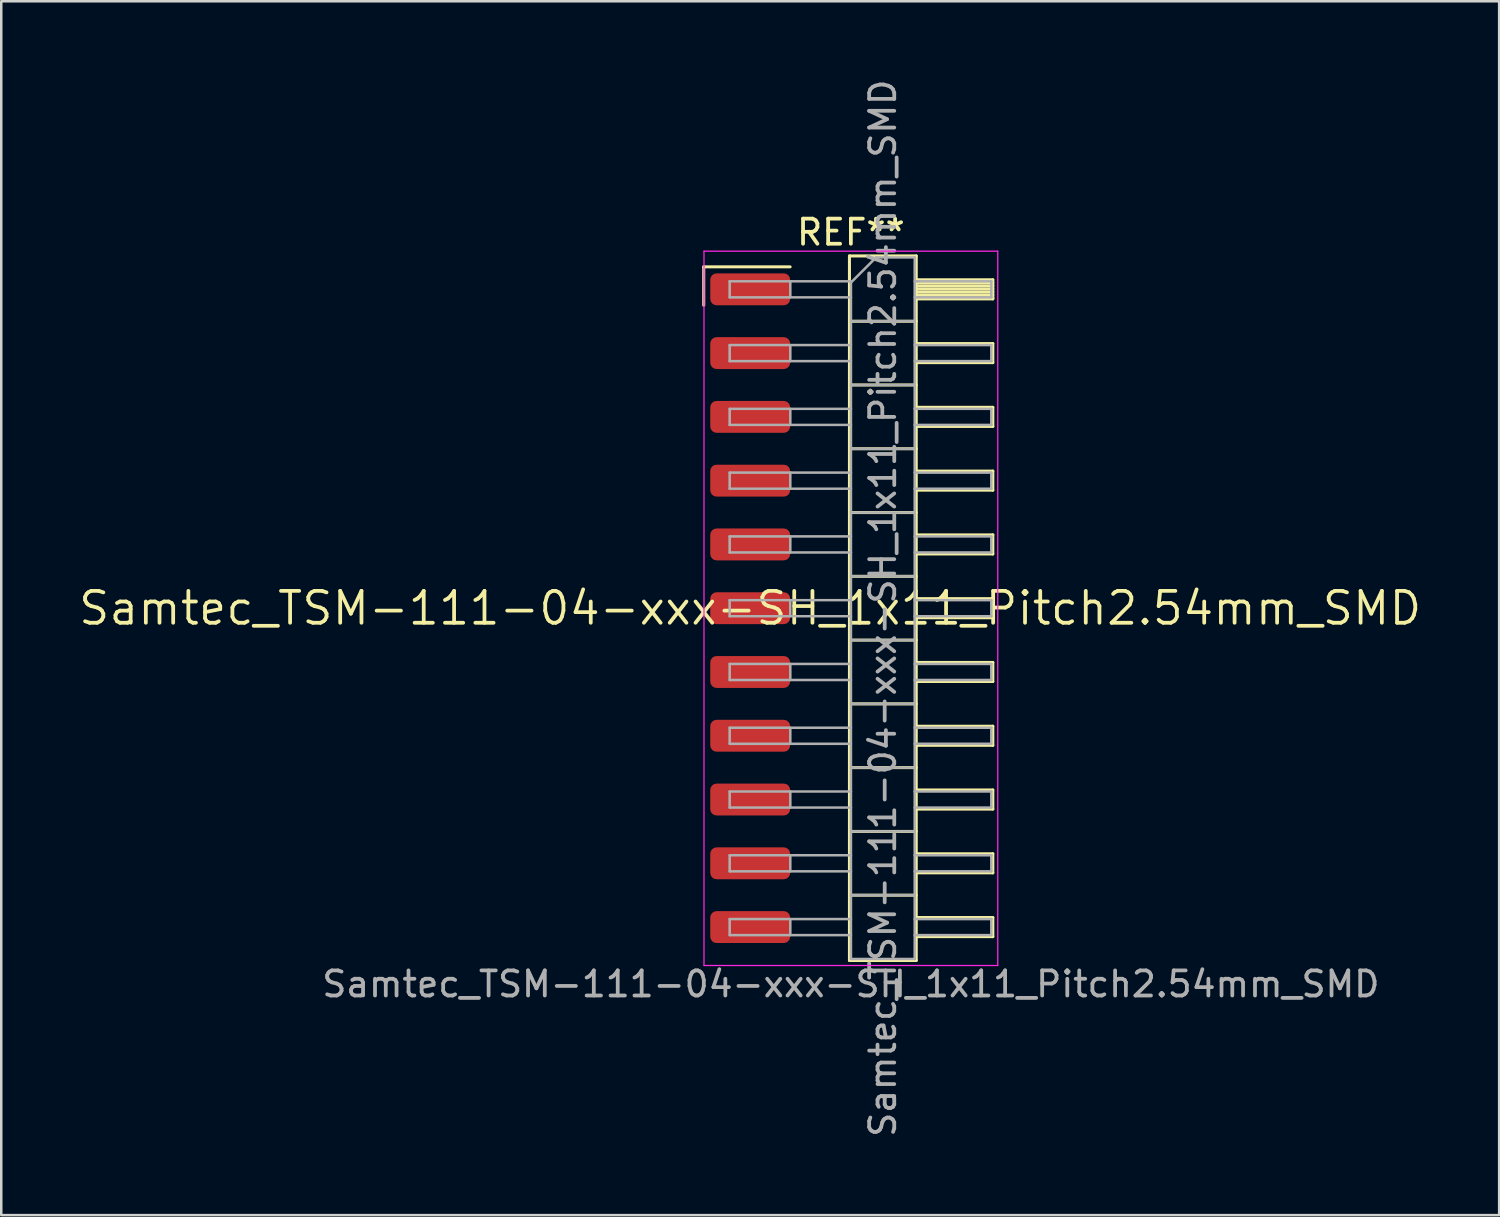
<source format=kicad_pcb>
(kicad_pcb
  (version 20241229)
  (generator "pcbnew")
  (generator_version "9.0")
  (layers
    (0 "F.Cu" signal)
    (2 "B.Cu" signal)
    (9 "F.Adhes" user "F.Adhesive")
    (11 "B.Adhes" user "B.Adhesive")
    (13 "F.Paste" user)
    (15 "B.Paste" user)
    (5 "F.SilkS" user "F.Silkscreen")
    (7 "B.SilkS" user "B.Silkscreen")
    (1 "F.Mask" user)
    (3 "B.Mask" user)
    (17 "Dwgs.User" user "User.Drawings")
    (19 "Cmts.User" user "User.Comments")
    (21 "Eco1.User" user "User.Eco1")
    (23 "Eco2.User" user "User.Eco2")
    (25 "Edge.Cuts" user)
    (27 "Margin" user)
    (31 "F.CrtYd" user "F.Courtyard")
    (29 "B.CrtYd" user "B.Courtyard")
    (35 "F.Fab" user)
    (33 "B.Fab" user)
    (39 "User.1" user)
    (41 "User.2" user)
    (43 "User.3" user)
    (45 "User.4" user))
  (footprint "Samtec_TSM-111-04-xxx-SH_1x11_Pitch2.54mm_SMD"
    (layer "F.Cu")
    (at 26.828 21.173)
    (property "Reference" "Samtec_TSM-111-04-xxx-SH_1x11_Pitch2.54mm_SMD" (at 0 0 0) (layer "F.SilkS") (effects (font (size 1.27 1.27) (thickness 0.15))))
    (attr smd)
    (fp_line (start -1.85 -13.595) (end 1.59 -13.595) (stroke (width 0.12) (type solid)) (layer "F.SilkS"))
    (fp_line (start -1.85 -12.065) (end -1.85 -13.595) (stroke (width 0.12) (type solid)) (layer "F.SilkS"))
    (fp_line (start 3.953 -14.03) (end 6.613 -14.03) (stroke (width 0.12) (type solid)) (layer "F.SilkS"))
    (fp_line (start 3.953 -11.43) (end 6.613 -11.43) (stroke (width 0.12) (type solid)) (layer "F.SilkS"))
    (fp_line (start 3.953 -8.89) (end 6.613 -8.89) (stroke (width 0.12) (type solid)) (layer "F.SilkS"))
    (fp_line (start 3.953 -6.35) (end 6.613 -6.35) (stroke (width 0.12) (type solid)) (layer "F.SilkS"))
    (fp_line (start 3.953 -3.81) (end 6.613 -3.81) (stroke (width 0.12) (type solid)) (layer "F.SilkS"))
    (fp_line (start 3.953 -1.27) (end 6.613 -1.27) (stroke (width 0.12) (type solid)) (layer "F.SilkS"))
    (fp_line (start 3.953 1.27) (end 6.613 1.27) (stroke (width 0.12) (type solid)) (layer "F.SilkS"))
    (fp_line (start 3.953 3.81) (end 6.613 3.81) (stroke (width 0.12) (type solid)) (layer "F.SilkS"))
    (fp_line (start 3.953 6.35) (end 6.613 6.35) (stroke (width 0.12) (type solid)) (layer "F.SilkS"))
    (fp_line (start 3.953 8.89) (end 6.613 8.89) (stroke (width 0.12) (type solid)) (layer "F.SilkS"))
    (fp_line (start 3.953 11.43) (end 6.613 11.43) (stroke (width 0.12) (type solid)) (layer "F.SilkS"))
    (fp_line (start 3.953 14.03) (end 3.953 -14.03) (stroke (width 0.12) (type solid)) (layer "F.SilkS"))
    (fp_line (start 6.613 -14.03) (end 6.613 14.03) (stroke (width 0.12) (type solid)) (layer "F.SilkS"))
    (fp_line (start 6.613 -13.08) (end 9.663 -13.08) (stroke (width 0.12) (type solid)) (layer "F.SilkS"))
    (fp_line (start 6.613 -12.96) (end 9.663 -12.96) (stroke (width 0.12) (type solid)) (layer "F.SilkS"))
    (fp_line (start 6.613 -12.84) (end 9.663 -12.84) (stroke (width 0.12) (type solid)) (layer "F.SilkS"))
    (fp_line (start 6.613 -12.72) (end 9.663 -12.72) (stroke (width 0.12) (type solid)) (layer "F.SilkS"))
    (fp_line (start 6.613 -12.6) (end 9.663 -12.6) (stroke (width 0.12) (type solid)) (layer "F.SilkS"))
    (fp_line (start 6.613 -12.48) (end 9.663 -12.48) (stroke (width 0.12) (type solid)) (layer "F.SilkS"))
    (fp_line (start 6.613 -12.36) (end 9.663 -12.36) (stroke (width 0.12) (type solid)) (layer "F.SilkS"))
    (fp_line (start 6.613 -12.32) (end 9.663 -12.32) (stroke (width 0.12) (type solid)) (layer "F.SilkS"))
    (fp_line (start 6.613 -10.54) (end 9.663 -10.54) (stroke (width 0.12) (type solid)) (layer "F.SilkS"))
    (fp_line (start 6.613 -9.78) (end 9.663 -9.78) (stroke (width 0.12) (type solid)) (layer "F.SilkS"))
    (fp_line (start 6.613 -8) (end 9.663 -8) (stroke (width 0.12) (type solid)) (layer "F.SilkS"))
    (fp_line (start 6.613 -7.24) (end 9.663 -7.24) (stroke (width 0.12) (type solid)) (layer "F.SilkS"))
    (fp_line (start 6.613 -5.46) (end 9.663 -5.46) (stroke (width 0.12) (type solid)) (layer "F.SilkS"))
    (fp_line (start 6.613 -4.7) (end 9.663 -4.7) (stroke (width 0.12) (type solid)) (layer "F.SilkS"))
    (fp_line (start 6.613 -2.92) (end 9.663 -2.92) (stroke (width 0.12) (type solid)) (layer "F.SilkS"))
    (fp_line (start 6.613 -2.16) (end 9.663 -2.16) (stroke (width 0.12) (type solid)) (layer "F.SilkS"))
    (fp_line (start 6.613 -0.38) (end 9.663 -0.38) (stroke (width 0.12) (type solid)) (layer "F.SilkS"))
    (fp_line (start 6.613 0.38) (end 9.663 0.38) (stroke (width 0.12) (type solid)) (layer "F.SilkS"))
    (fp_line (start 6.613 2.16) (end 9.663 2.16) (stroke (width 0.12) (type solid)) (layer "F.SilkS"))
    (fp_line (start 6.613 2.92) (end 9.663 2.92) (stroke (width 0.12) (type solid)) (layer "F.SilkS"))
    (fp_line (start 6.613 4.7) (end 9.663 4.7) (stroke (width 0.12) (type solid)) (layer "F.SilkS"))
    (fp_line (start 6.613 5.46) (end 9.663 5.46) (stroke (width 0.12) (type solid)) (layer "F.SilkS"))
    (fp_line (start 6.613 7.24) (end 9.663 7.24) (stroke (width 0.12) (type solid)) (layer "F.SilkS"))
    (fp_line (start 6.613 8) (end 9.663 8) (stroke (width 0.12) (type solid)) (layer "F.SilkS"))
    (fp_line (start 6.613 9.78) (end 9.663 9.78) (stroke (width 0.12) (type solid)) (layer "F.SilkS"))
    (fp_line (start 6.613 10.54) (end 9.663 10.54) (stroke (width 0.12) (type solid)) (layer "F.SilkS"))
    (fp_line (start 6.613 12.32) (end 9.663 12.32) (stroke (width 0.12) (type solid)) (layer "F.SilkS"))
    (fp_line (start 6.613 13.08) (end 9.663 13.08) (stroke (width 0.12) (type solid)) (layer "F.SilkS"))
    (fp_line (start 6.613 14.03) (end 3.953 14.03) (stroke (width 0.12) (type solid)) (layer "F.SilkS"))
    (fp_line (start 9.663 -13.08) (end 9.663 -12.32) (stroke (width 0.12) (type solid)) (layer "F.SilkS"))
    (fp_line (start 9.663 -10.54) (end 9.663 -9.78) (stroke (width 0.12) (type solid)) (layer "F.SilkS"))
    (fp_line (start 9.663 -8) (end 9.663 -7.24) (stroke (width 0.12) (type solid)) (layer "F.SilkS"))
    (fp_line (start 9.663 -5.46) (end 9.663 -4.7) (stroke (width 0.12) (type solid)) (layer "F.SilkS"))
    (fp_line (start 9.663 -2.92) (end 9.663 -2.16) (stroke (width 0.12) (type solid)) (layer "F.SilkS"))
    (fp_line (start 9.663 -0.38) (end 9.663 0.38) (stroke (width 0.12) (type solid)) (layer "F.SilkS"))
    (fp_line (start 9.663 2.16) (end 9.663 2.92) (stroke (width 0.12) (type solid)) (layer "F.SilkS"))
    (fp_line (start 9.663 4.7) (end 9.663 5.46) (stroke (width 0.12) (type solid)) (layer "F.SilkS"))
    (fp_line (start 9.663 7.24) (end 9.663 8) (stroke (width 0.12) (type solid)) (layer "F.SilkS"))
    (fp_line (start 9.663 9.78) (end 9.663 10.54) (stroke (width 0.12) (type solid)) (layer "F.SilkS"))
    (fp_line (start 9.663 12.32) (end 9.663 13.08) (stroke (width 0.12) (type solid)) (layer "F.SilkS"))
    (fp_line (start -1.84 -14.22) (end 9.86 -14.22) (stroke (width 0.05) (type solid)) (layer "F.CrtYd"))
    (fp_line (start -1.84 14.23) (end -1.84 -14.22) (stroke (width 0.05) (type solid)) (layer "F.CrtYd"))
    (fp_line (start 9.86 -14.22) (end 9.86 14.23) (stroke (width 0.05) (type solid)) (layer "F.CrtYd"))
    (fp_line (start 9.86 14.23) (end -1.84 14.23) (stroke (width 0.05) (type solid)) (layer "F.CrtYd"))
    (fp_line (start -0.817 -13.02) (end -0.817 -12.38) (stroke (width 0.1) (type solid)) (layer "F.Fab"))
    (fp_line (start -0.817 -13.02) (end 4.013 -13.02) (stroke (width 0.1) (type solid)) (layer "F.Fab"))
    (fp_line (start -0.817 -12.38) (end 4.013 -12.38) (stroke (width 0.1) (type solid)) (layer "F.Fab"))
    (fp_line (start -0.817 -10.48) (end -0.817 -9.84) (stroke (width 0.1) (type solid)) (layer "F.Fab"))
    (fp_line (start -0.817 -10.48) (end 4.013 -10.48) (stroke (width 0.1) (type solid)) (layer "F.Fab"))
    (fp_line (start -0.817 -9.84) (end 4.013 -9.84) (stroke (width 0.1) (type solid)) (layer "F.Fab"))
    (fp_line (start -0.817 -7.94) (end -0.817 -7.3) (stroke (width 0.1) (type solid)) (layer "F.Fab"))
    (fp_line (start -0.817 -7.94) (end 4.013 -7.94) (stroke (width 0.1) (type solid)) (layer "F.Fab"))
    (fp_line (start -0.817 -7.3) (end 4.013 -7.3) (stroke (width 0.1) (type solid)) (layer "F.Fab"))
    (fp_line (start -0.817 -5.4) (end -0.817 -4.76) (stroke (width 0.1) (type solid)) (layer "F.Fab"))
    (fp_line (start -0.817 -5.4) (end 4.013 -5.4) (stroke (width 0.1) (type solid)) (layer "F.Fab"))
    (fp_line (start -0.817 -4.76) (end 4.013 -4.76) (stroke (width 0.1) (type solid)) (layer "F.Fab"))
    (fp_line (start -0.817 -2.86) (end -0.817 -2.22) (stroke (width 0.1) (type solid)) (layer "F.Fab"))
    (fp_line (start -0.817 -2.86) (end 4.013 -2.86) (stroke (width 0.1) (type solid)) (layer "F.Fab"))
    (fp_line (start -0.817 -2.22) (end 4.013 -2.22) (stroke (width 0.1) (type solid)) (layer "F.Fab"))
    (fp_line (start -0.817 -0.32) (end -0.817 0.32) (stroke (width 0.1) (type solid)) (layer "F.Fab"))
    (fp_line (start -0.817 -0.32) (end 4.013 -0.32) (stroke (width 0.1) (type solid)) (layer "F.Fab"))
    (fp_line (start -0.817 0.32) (end 4.013 0.32) (stroke (width 0.1) (type solid)) (layer "F.Fab"))
    (fp_line (start -0.817 2.22) (end -0.817 2.86) (stroke (width 0.1) (type solid)) (layer "F.Fab"))
    (fp_line (start -0.817 2.22) (end 4.013 2.22) (stroke (width 0.1) (type solid)) (layer "F.Fab"))
    (fp_line (start -0.817 2.86) (end 4.013 2.86) (stroke (width 0.1) (type solid)) (layer "F.Fab"))
    (fp_line (start -0.817 4.76) (end -0.817 5.4) (stroke (width 0.1) (type solid)) (layer "F.Fab"))
    (fp_line (start -0.817 4.76) (end 4.013 4.76) (stroke (width 0.1) (type solid)) (layer "F.Fab"))
    (fp_line (start -0.817 5.4) (end 4.013 5.4) (stroke (width 0.1) (type solid)) (layer "F.Fab"))
    (fp_line (start -0.817 7.3) (end -0.817 7.94) (stroke (width 0.1) (type solid)) (layer "F.Fab"))
    (fp_line (start -0.817 7.3) (end 4.013 7.3) (stroke (width 0.1) (type solid)) (layer "F.Fab"))
    (fp_line (start -0.817 7.94) (end 4.013 7.94) (stroke (width 0.1) (type solid)) (layer "F.Fab"))
    (fp_line (start -0.817 9.84) (end -0.817 10.48) (stroke (width 0.1) (type solid)) (layer "F.Fab"))
    (fp_line (start -0.817 9.84) (end 4.013 9.84) (stroke (width 0.1) (type solid)) (layer "F.Fab"))
    (fp_line (start -0.817 10.48) (end 4.013 10.48) (stroke (width 0.1) (type solid)) (layer "F.Fab"))
    (fp_line (start -0.817 12.38) (end -0.817 13.02) (stroke (width 0.1) (type solid)) (layer "F.Fab"))
    (fp_line (start -0.817 12.38) (end 4.013 12.38) (stroke (width 0.1) (type solid)) (layer "F.Fab"))
    (fp_line (start -0.817 13.02) (end 4.013 13.02) (stroke (width 0.1) (type solid)) (layer "F.Fab"))
    (fp_line (start 1.598 -13.02) (end 1.598 -12.38) (stroke (width 0.1) (type solid)) (layer "F.Fab"))
    (fp_line (start 1.598 -10.48) (end 1.598 -9.84) (stroke (width 0.1) (type solid)) (layer "F.Fab"))
    (fp_line (start 1.598 -7.94) (end 1.598 -7.3) (stroke (width 0.1) (type solid)) (layer "F.Fab"))
    (fp_line (start 1.598 -5.4) (end 1.598 -4.76) (stroke (width 0.1) (type solid)) (layer "F.Fab"))
    (fp_line (start 1.598 -2.86) (end 1.598 -2.22) (stroke (width 0.1) (type solid)) (layer "F.Fab"))
    (fp_line (start 1.598 -0.32) (end 1.598 0.32) (stroke (width 0.1) (type solid)) (layer "F.Fab"))
    (fp_line (start 1.598 2.22) (end 1.598 2.86) (stroke (width 0.1) (type solid)) (layer "F.Fab"))
    (fp_line (start 1.598 4.76) (end 1.598 5.4) (stroke (width 0.1) (type solid)) (layer "F.Fab"))
    (fp_line (start 1.598 7.3) (end 1.598 7.94) (stroke (width 0.1) (type solid)) (layer "F.Fab"))
    (fp_line (start 1.598 9.84) (end 1.598 10.48) (stroke (width 0.1) (type solid)) (layer "F.Fab"))
    (fp_line (start 1.598 12.38) (end 1.598 13.02) (stroke (width 0.1) (type solid)) (layer "F.Fab"))
    (fp_line (start 4.013 -12.97) (end 5.013 -13.97) (stroke (width 0.1) (type solid)) (layer "F.Fab"))
    (fp_line (start 4.013 -11.43) (end 6.553 -11.43) (stroke (width 0.1) (type solid)) (layer "F.Fab"))
    (fp_line (start 4.013 -8.89) (end 6.553 -8.89) (stroke (width 0.1) (type solid)) (layer "F.Fab"))
    (fp_line (start 4.013 -6.35) (end 6.553 -6.35) (stroke (width 0.1) (type solid)) (layer "F.Fab"))
    (fp_line (start 4.013 -3.81) (end 6.553 -3.81) (stroke (width 0.1) (type solid)) (layer "F.Fab"))
    (fp_line (start 4.013 -1.27) (end 6.553 -1.27) (stroke (width 0.1) (type solid)) (layer "F.Fab"))
    (fp_line (start 4.013 1.27) (end 6.553 1.27) (stroke (width 0.1) (type solid)) (layer "F.Fab"))
    (fp_line (start 4.013 3.81) (end 6.553 3.81) (stroke (width 0.1) (type solid)) (layer "F.Fab"))
    (fp_line (start 4.013 6.35) (end 6.553 6.35) (stroke (width 0.1) (type solid)) (layer "F.Fab"))
    (fp_line (start 4.013 8.89) (end 6.553 8.89) (stroke (width 0.1) (type solid)) (layer "F.Fab"))
    (fp_line (start 4.013 11.43) (end 6.553 11.43) (stroke (width 0.1) (type solid)) (layer "F.Fab"))
    (fp_line (start 4.013 13.97) (end 4.013 -12.97) (stroke (width 0.1) (type solid)) (layer "F.Fab"))
    (fp_line (start 5.013 -13.97) (end 6.553 -13.97) (stroke (width 0.1) (type solid)) (layer "F.Fab"))
    (fp_line (start 6.553 -13.97) (end 6.553 13.97) (stroke (width 0.1) (type solid)) (layer "F.Fab"))
    (fp_line (start 6.553 -13.02) (end 9.603 -13.02) (stroke (width 0.1) (type solid)) (layer "F.Fab"))
    (fp_line (start 6.553 -12.38) (end 9.603 -12.38) (stroke (width 0.1) (type solid)) (layer "F.Fab"))
    (fp_line (start 6.553 -10.48) (end 9.603 -10.48) (stroke (width 0.1) (type solid)) (layer "F.Fab"))
    (fp_line (start 6.553 -9.84) (end 9.603 -9.84) (stroke (width 0.1) (type solid)) (layer "F.Fab"))
    (fp_line (start 6.553 -7.94) (end 9.603 -7.94) (stroke (width 0.1) (type solid)) (layer "F.Fab"))
    (fp_line (start 6.553 -7.3) (end 9.603 -7.3) (stroke (width 0.1) (type solid)) (layer "F.Fab"))
    (fp_line (start 6.553 -5.4) (end 9.603 -5.4) (stroke (width 0.1) (type solid)) (layer "F.Fab"))
    (fp_line (start 6.553 -4.76) (end 9.603 -4.76) (stroke (width 0.1) (type solid)) (layer "F.Fab"))
    (fp_line (start 6.553 -2.86) (end 9.603 -2.86) (stroke (width 0.1) (type solid)) (layer "F.Fab"))
    (fp_line (start 6.553 -2.22) (end 9.603 -2.22) (stroke (width 0.1) (type solid)) (layer "F.Fab"))
    (fp_line (start 6.553 -0.32) (end 9.603 -0.32) (stroke (width 0.1) (type solid)) (layer "F.Fab"))
    (fp_line (start 6.553 0.32) (end 9.603 0.32) (stroke (width 0.1) (type solid)) (layer "F.Fab"))
    (fp_line (start 6.553 2.22) (end 9.603 2.22) (stroke (width 0.1) (type solid)) (layer "F.Fab"))
    (fp_line (start 6.553 2.86) (end 9.603 2.86) (stroke (width 0.1) (type solid)) (layer "F.Fab"))
    (fp_line (start 6.553 4.76) (end 9.603 4.76) (stroke (width 0.1) (type solid)) (layer "F.Fab"))
    (fp_line (start 6.553 5.4) (end 9.603 5.4) (stroke (width 0.1) (type solid)) (layer "F.Fab"))
    (fp_line (start 6.553 7.3) (end 9.603 7.3) (stroke (width 0.1) (type solid)) (layer "F.Fab"))
    (fp_line (start 6.553 7.94) (end 9.603 7.94) (stroke (width 0.1) (type solid)) (layer "F.Fab"))
    (fp_line (start 6.553 9.84) (end 9.603 9.84) (stroke (width 0.1) (type solid)) (layer "F.Fab"))
    (fp_line (start 6.553 10.48) (end 9.603 10.48) (stroke (width 0.1) (type solid)) (layer "F.Fab"))
    (fp_line (start 6.553 12.38) (end 9.603 12.38) (stroke (width 0.1) (type solid)) (layer "F.Fab"))
    (fp_line (start 6.553 13.02) (end 9.603 13.02) (stroke (width 0.1) (type solid)) (layer "F.Fab"))
    (fp_line (start 6.553 13.97) (end 4.013 13.97) (stroke (width 0.1) (type solid)) (layer "F.Fab"))
    (fp_line (start 9.603 -13.02) (end 9.603 -12.38) (stroke (width 0.1) (type solid)) (layer "F.Fab"))
    (fp_line (start 9.603 -10.48) (end 9.603 -9.84) (stroke (width 0.1) (type solid)) (layer "F.Fab"))
    (fp_line (start 9.603 -7.94) (end 9.603 -7.3) (stroke (width 0.1) (type solid)) (layer "F.Fab"))
    (fp_line (start 9.603 -5.4) (end 9.603 -4.76) (stroke (width 0.1) (type solid)) (layer "F.Fab"))
    (fp_line (start 9.603 -2.86) (end 9.603 -2.22) (stroke (width 0.1) (type solid)) (layer "F.Fab"))
    (fp_line (start 9.603 -0.32) (end 9.603 0.32) (stroke (width 0.1) (type solid)) (layer "F.Fab"))
    (fp_line (start 9.603 2.22) (end 9.603 2.86) (stroke (width 0.1) (type solid)) (layer "F.Fab"))
    (fp_line (start 9.603 4.76) (end 9.603 5.4) (stroke (width 0.1) (type solid)) (layer "F.Fab"))
    (fp_line (start 9.603 7.3) (end 9.603 7.94) (stroke (width 0.1) (type solid)) (layer "F.Fab"))
    (fp_line (start 9.603 9.84) (end 9.603 10.48) (stroke (width 0.1) (type solid)) (layer "F.Fab"))
    (fp_line (start 9.603 12.38) (end 9.603 13.02) (stroke (width 0.1) (type solid)) (layer "F.Fab"))
    (fp_text user "REF**" (at 4.01 -14.97 0) (layer "F.SilkS") (effects (font (size 1 1) (thickness 0.15))))
    (fp_text user "${REFERENCE}" (at 5.283 0 90) (layer "F.Fab") (effects (font (size 1 1) (thickness 0.15))))
    (fp_text user "Samtec_TSM-111-04-xxx-SH_1x11_Pitch2.54mm_SMD" (at 4.01 14.97 0) (layer "F.Fab") (effects (font (size 1 1) (thickness 0.15))))
    (pad "1" smd roundrect (at 0 -12.7) (size 3.18 1.27) (layers "F.Cu" "F.Mask" "F.Paste") (roundrect_rratio 0.197))
    (pad "2" smd roundrect (at 0 -10.16) (size 3.18 1.27) (layers "F.Cu" "F.Mask" "F.Paste") (roundrect_rratio 0.197))
    (pad "3" smd roundrect (at 0 -7.62) (size 3.18 1.27) (layers "F.Cu" "F.Mask" "F.Paste") (roundrect_rratio 0.197))
    (pad "4" smd roundrect (at 0 -5.08) (size 3.18 1.27) (layers "F.Cu" "F.Mask" "F.Paste") (roundrect_rratio 0.197))
    (pad "5" smd roundrect (at 0 -2.54) (size 3.18 1.27) (layers "F.Cu" "F.Mask" "F.Paste") (roundrect_rratio 0.197))
    (pad "6" smd roundrect (at 0 0) (size 3.18 1.27) (layers "F.Cu" "F.Mask" "F.Paste") (roundrect_rratio 0.197))
    (pad "7" smd roundrect (at 0 2.54) (size 3.18 1.27) (layers "F.Cu" "F.Mask" "F.Paste") (roundrect_rratio 0.197))
    (pad "8" smd roundrect (at 0 5.08) (size 3.18 1.27) (layers "F.Cu" "F.Mask" "F.Paste") (roundrect_rratio 0.197))
    (pad "9" smd roundrect (at 0 7.62) (size 3.18 1.27) (layers "F.Cu" "F.Mask" "F.Paste") (roundrect_rratio 0.197))
    (pad "10" smd roundrect (at 0 10.16) (size 3.18 1.27) (layers "F.Cu" "F.Mask" "F.Paste") (roundrect_rratio 0.197))
    (pad "11" smd roundrect (at 0 12.7) (size 3.18 1.27) (layers "F.Cu" "F.Mask" "F.Paste") (roundrect_rratio 0.197)))
  (gr_rect
    (start -3 -3)
    (end 56.657 45.345)
    (stroke (width 0.1) (type default))
    (fill no)
    (layer "Edge.Cuts")))
</source>
